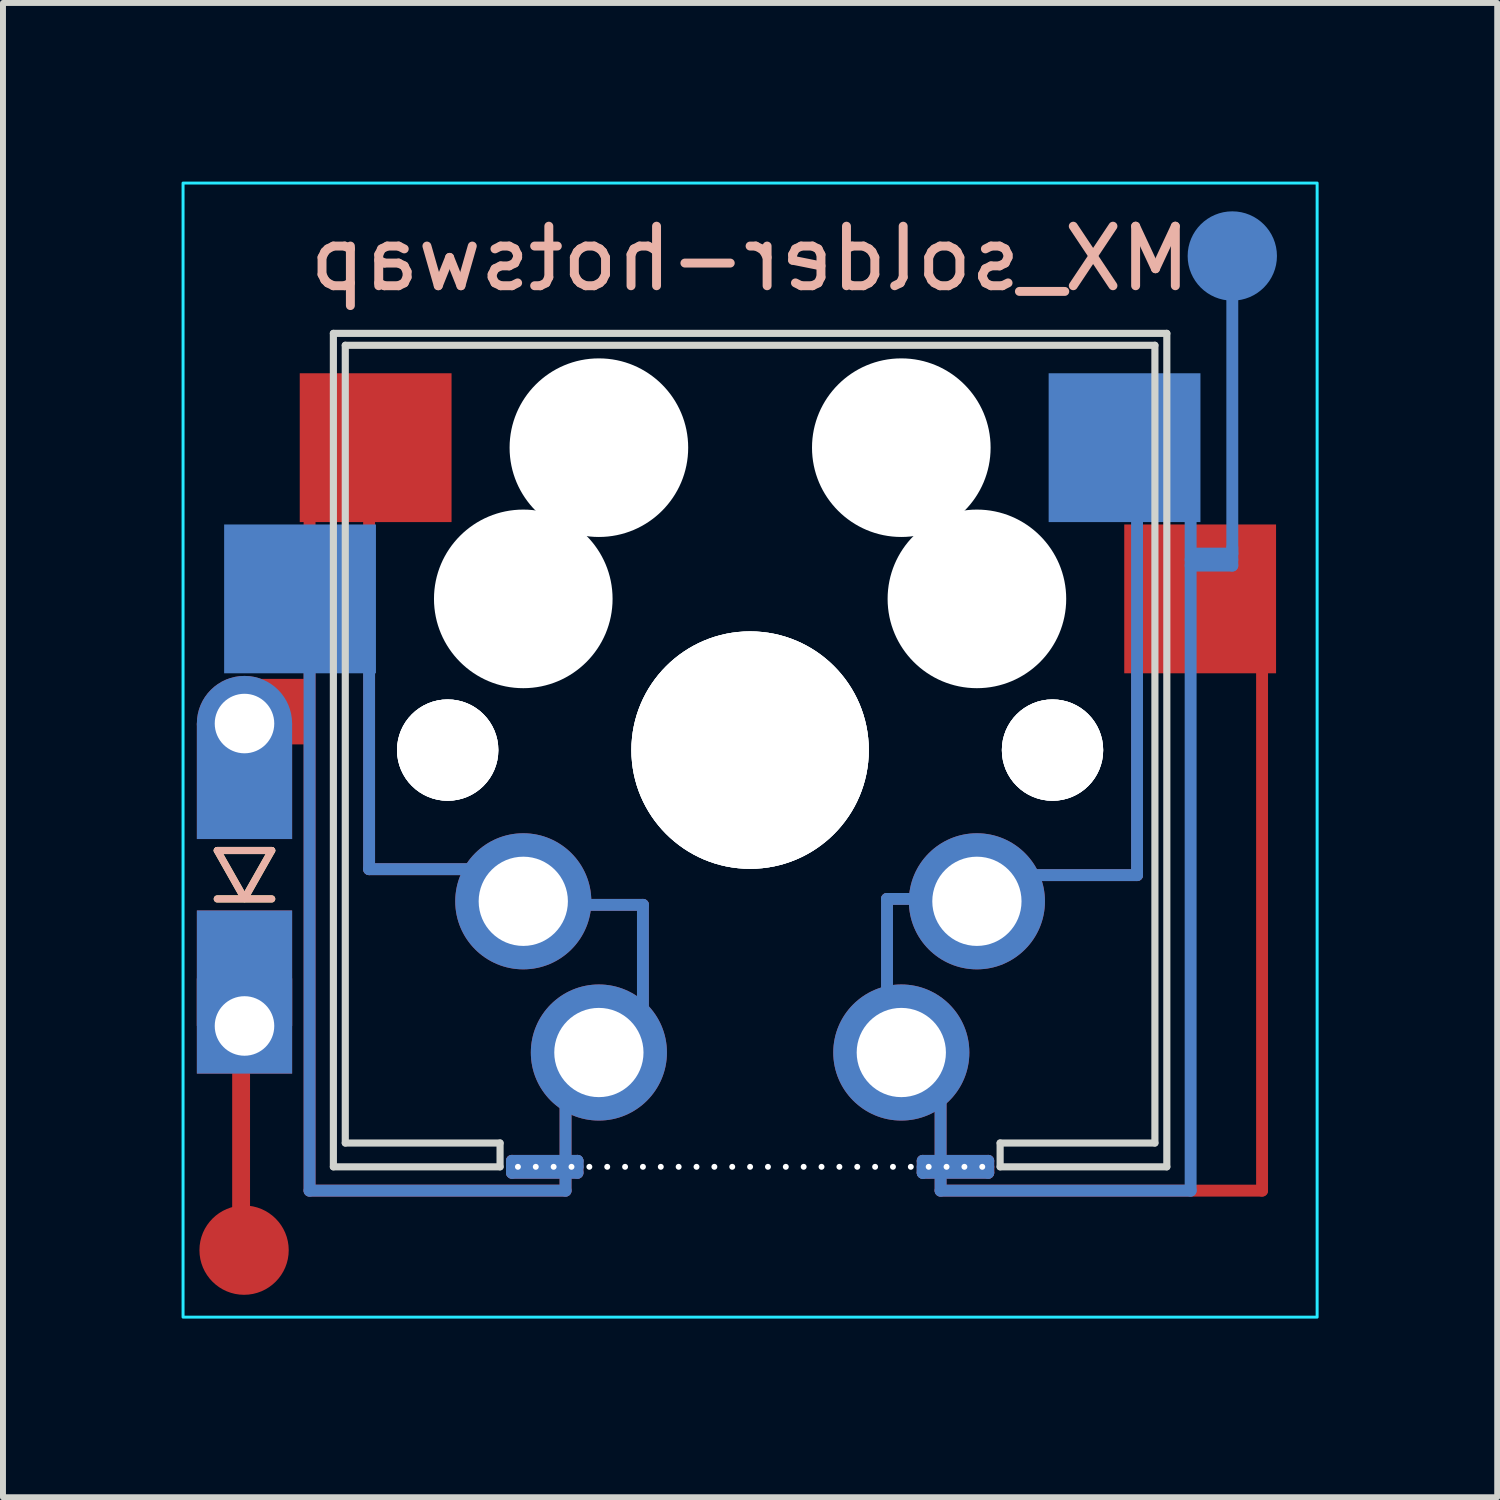
<source format=kicad_pcb>
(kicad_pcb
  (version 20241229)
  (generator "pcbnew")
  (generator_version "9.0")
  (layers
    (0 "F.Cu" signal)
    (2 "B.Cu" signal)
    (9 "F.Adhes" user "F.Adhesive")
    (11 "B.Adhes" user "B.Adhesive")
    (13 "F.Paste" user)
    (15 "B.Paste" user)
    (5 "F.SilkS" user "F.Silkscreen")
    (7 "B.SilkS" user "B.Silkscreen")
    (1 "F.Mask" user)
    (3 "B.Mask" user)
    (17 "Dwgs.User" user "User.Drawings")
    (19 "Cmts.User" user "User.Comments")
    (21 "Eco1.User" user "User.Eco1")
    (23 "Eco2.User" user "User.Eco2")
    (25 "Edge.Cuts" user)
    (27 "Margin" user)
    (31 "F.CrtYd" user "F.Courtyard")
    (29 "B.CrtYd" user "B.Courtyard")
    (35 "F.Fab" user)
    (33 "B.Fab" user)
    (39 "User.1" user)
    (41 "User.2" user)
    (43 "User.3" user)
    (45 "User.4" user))
  (footprint "MX_solder-hotswap"
    (layer "F.Cu")
    (at 9.55 9.55)
    (property "Reference" "MX_solder-hotswap" (at 0 -8.255 0) (layer "B.SilkS") (effects (font (size 1 1) (thickness 0.15)) (justify mirror)))
    (attr smd)
    (fp_line (start -8.55 5.45) (end -8.55 7.9) (stroke (width 0.3) (type solid)) (layer "F.Cu"))
    (fp_line (start -7.493 -1.046) (end -8.393 -1.046) (stroke (width 0.3) (type solid)) (layer "F.Cu"))
    (fp_line (start -7.493 -0.846) (end -7.993 -0.846) (stroke (width 0.3) (type solid)) (layer "F.Cu"))
    (fp_line (start -7.493 -0.646) (end -7.993 -0.646) (stroke (width 0.3) (type solid)) (layer "F.Cu"))
    (fp_line (start -7.493 -0.446) (end -7.993 -0.446) (stroke (width 0.3) (type solid)) (layer "F.Cu"))
    (fp_line (start -7.493 -0.246) (end -7.993 -0.246) (stroke (width 0.3) (type solid)) (layer "F.Cu"))
    (fp_line (start -7.4 7.4) (end -7.4 -4.1) (stroke (width 0.2) (type solid)) (layer "F.Cu"))
    (fp_line (start -7.4 7.4) (end -3.1 7.4) (stroke (width 0.2) (type solid)) (layer "F.Cu"))
    (fp_line (start -6.4 -4) (end -6.4 2) (stroke (width 0.2) (type solid)) (layer "F.Cu"))
    (fp_line (start -6.4 2) (end -4.6 2) (stroke (width 0.2) (type solid)) (layer "F.Cu"))
    (fp_line (start -4 6.9) (end -4 7) (stroke (width 0.2) (type solid)) (layer "F.Cu"))
    (fp_line (start -4 6.9) (end -2.9 6.9) (stroke (width 0.2) (type solid)) (layer "F.Cu"))
    (fp_line (start -4 7) (end -2.9 7) (stroke (width 0.2) (type solid)) (layer "F.Cu"))
    (fp_line (start -4 7.1) (end -4 6.9) (stroke (width 0.2) (type solid)) (layer "F.Cu"))
    (fp_line (start -3.1 7.4) (end -3.1 5.8) (stroke (width 0.2) (type solid)) (layer "F.Cu"))
    (fp_line (start -2.9 6.9) (end -2.9 7.1) (stroke (width 0.2) (type solid)) (layer "F.Cu"))
    (fp_line (start -2.9 7.1) (end -4 7.1) (stroke (width 0.2) (type solid)) (layer "F.Cu"))
    (fp_line (start -2.8 2.6) (end -1.8 2.6) (stroke (width 0.2) (type solid)) (layer "F.Cu"))
    (fp_line (start -1.8 2.6) (end -1.8 4.5) (stroke (width 0.2) (type solid)) (layer "F.Cu"))
    (fp_line (start 2.3 2.5) (end 2.9 2.5) (stroke (width 0.2) (type solid)) (layer "F.Cu"))
    (fp_line (start 2.3 4.1) (end 2.3 2.5) (stroke (width 0.2) (type solid)) (layer "F.Cu"))
    (fp_line (start 2.9 6.9) (end 4 6.9) (stroke (width 0.2) (type solid)) (layer "F.Cu"))
    (fp_line (start 2.9 7.1) (end 2.9 6.9) (stroke (width 0.2) (type solid)) (layer "F.Cu"))
    (fp_line (start 3 7) (end 4 7) (stroke (width 0.2) (type solid)) (layer "F.Cu"))
    (fp_line (start 3 7.1) (end 2.9 7.1) (stroke (width 0.2) (type solid)) (layer "F.Cu"))
    (fp_line (start 3.2 7.4) (end 3.2 5.8) (stroke (width 0.2) (type solid)) (layer "F.Cu"))
    (fp_line (start 4 6.9) (end 4 7.1) (stroke (width 0.2) (type solid)) (layer "F.Cu"))
    (fp_line (start 4 7) (end 4 7.1) (stroke (width 0.2) (type solid)) (layer "F.Cu"))
    (fp_line (start 4 7.1) (end 3 7.1) (stroke (width 0.2) (type solid)) (layer "F.Cu"))
    (fp_line (start 6.5 -1.6) (end 6.5 2.1) (stroke (width 0.2) (type solid)) (layer "F.Cu"))
    (fp_line (start 6.5 2.1) (end 4.5 2.1) (stroke (width 0.2) (type solid)) (layer "F.Cu"))
    (fp_line (start 8.6 -1.4) (end 8.6 7.4) (stroke (width 0.2) (type solid)) (layer "F.Cu"))
    (fp_line (start 8.6 7.4) (end 3.2 7.4) (stroke (width 0.2) (type solid)) (layer "F.Cu"))
    (fp_line (start -7.4 -1.6) (end -7.4 7.4) (stroke (width 0.2) (type solid)) (layer "B.Cu"))
    (fp_line (start -7.4 7.4) (end -3.1 7.4) (stroke (width 0.2) (type solid)) (layer "B.Cu"))
    (fp_line (start -6.4 -1.4) (end -6.4 2) (stroke (width 0.2) (type solid)) (layer "B.Cu"))
    (fp_line (start -6.4 2) (end -4.5 2) (stroke (width 0.2) (type solid)) (layer "B.Cu"))
    (fp_line (start -4 6.9) (end -4 7.1) (stroke (width 0.2) (type solid)) (layer "B.Cu"))
    (fp_line (start -4 7.1) (end -2.9 7.1) (stroke (width 0.2) (type solid)) (layer "B.Cu"))
    (fp_line (start -3.1 7.4) (end -3.1 5.7) (stroke (width 0.2) (type solid)) (layer "B.Cu"))
    (fp_line (start -2.9 2.6) (end -1.8 2.6) (stroke (width 0.2) (type solid)) (layer "B.Cu"))
    (fp_line (start -2.9 6.9) (end -4 6.9) (stroke (width 0.2) (type solid)) (layer "B.Cu"))
    (fp_line (start -2.9 6.9) (end -2.9 7) (stroke (width 0.2) (type solid)) (layer "B.Cu"))
    (fp_line (start -2.9 7) (end -4 7) (stroke (width 0.2) (type solid)) (layer "B.Cu"))
    (fp_line (start -2.9 7.1) (end -2.9 6.9) (stroke (width 0.2) (type solid)) (layer "B.Cu"))
    (fp_line (start -1.8 2.6) (end -1.8 4.6) (stroke (width 0.2) (type solid)) (layer "B.Cu"))
    (fp_line (start 2.3 2.5) (end 2.9 2.5) (stroke (width 0.2) (type solid)) (layer "B.Cu"))
    (fp_line (start 2.3 4.3) (end 2.3 2.5) (stroke (width 0.2) (type solid)) (layer "B.Cu"))
    (fp_line (start 2.9 6.9) (end 4 6.9) (stroke (width 0.2) (type solid)) (layer "B.Cu"))
    (fp_line (start 2.9 7) (end 4 7) (stroke (width 0.2) (type solid)) (layer "B.Cu"))
    (fp_line (start 2.9 7.1) (end 2.9 6.9) (stroke (width 0.2) (type solid)) (layer "B.Cu"))
    (fp_line (start 2.9 7.1) (end 2.9 7) (stroke (width 0.2) (type solid)) (layer "B.Cu"))
    (fp_line (start 3.2 5.9) (end 3.2 7.4) (stroke (width 0.2) (type solid)) (layer "B.Cu"))
    (fp_line (start 3.2 7.4) (end 7.4 7.4) (stroke (width 0.2) (type solid)) (layer "B.Cu"))
    (fp_line (start 4 6.9) (end 4 7.1) (stroke (width 0.2) (type solid)) (layer "B.Cu"))
    (fp_line (start 4 7.1) (end 2.9 7.1) (stroke (width 0.2) (type solid)) (layer "B.Cu"))
    (fp_line (start 4.6 2.1) (end 6.5 2.1) (stroke (width 0.2) (type solid)) (layer "B.Cu"))
    (fp_line (start 6.5 2.1) (end 6.5 -4.1) (stroke (width 0.2) (type solid)) (layer "B.Cu"))
    (fp_line (start 7.4 -3.9) (end 7.4 7.4) (stroke (width 0.2) (type solid)) (layer "B.Cu"))
    (fp_line (start 7.4 -3.2) (end 8.1 -3.2) (stroke (width 0.2) (type solid)) (layer "B.Cu"))
    (fp_line (start 7.4 -3.1) (end 8.1 -3.1) (stroke (width 0.2) (type solid)) (layer "B.Cu"))
    (fp_line (start 8.1 -7.65) (end 8.1 -3.3) (stroke (width 0.2) (type solid)) (layer "B.Cu"))
    (fp_line (start 8.1 -3.3) (end 7.5 -3.3) (stroke (width 0.2) (type solid)) (layer "B.Cu"))
    (fp_line (start 8.1 -3.1) (end 8.1 -3.4) (stroke (width 0.2) (type solid)) (layer "B.Cu"))
    (fp_line (start -8.95 1.687) (end -8.036 1.687) (stroke (width 0.12) (type solid)) (layer "F.SilkS"))
    (fp_line (start -8.95 2.5) (end -8.036 2.5) (stroke (width 0.12) (type solid)) (layer "F.SilkS"))
    (fp_line (start -8.493 2.494) (end -8.95 1.687) (stroke (width 0.12) (type solid)) (layer "F.SilkS"))
    (fp_line (start -8.036 1.687) (end -8.493 2.494) (stroke (width 0.12) (type solid)) (layer "F.SilkS"))
    (fp_line (start -8.95 1.687) (end -8.036 1.687) (stroke (width 0.12) (type solid)) (layer "B.SilkS"))
    (fp_line (start -8.95 2.5) (end -8.036 2.5) (stroke (width 0.12) (type solid)) (layer "B.SilkS"))
    (fp_line (start -8.493 2.494) (end -8.95 1.687) (stroke (width 0.12) (type solid)) (layer "B.SilkS"))
    (fp_line (start -8.036 1.687) (end -8.493 2.494) (stroke (width 0.12) (type solid)) (layer "B.SilkS"))
    (fp_line (start -7 7) (end -7 -7) (stroke (width 0.12) (type solid)) (layer "Edge.Cuts"))
    (fp_line (start -7 7) (end -4.2 7) (stroke (width 0.12) (type solid)) (layer "Edge.Cuts"))
    (fp_line (start -6.8 -6.8) (end 6.8 -6.8) (stroke (width 0.12) (type solid)) (layer "Edge.Cuts"))
    (fp_line (start -6.8 6.6) (end -6.8 -6.8) (stroke (width 0.12) (type solid)) (layer "Edge.Cuts"))
    (fp_line (start -6.8 6.6) (end -4.2 6.6) (stroke (width 0.12) (type solid)) (layer "Edge.Cuts"))
    (fp_line (start -4.2 6.6) (end -4.2 7) (stroke (width 0.12) (type solid)) (layer "Edge.Cuts"))
    (fp_line (start 4.2 6.6) (end 4.2 7) (stroke (width 0.12) (type solid)) (layer "Edge.Cuts"))
    (fp_line (start 4.2 6.6) (end 6.8 6.6) (stroke (width 0.12) (type solid)) (layer "Edge.Cuts"))
    (fp_line (start 4.2 7) (end 7 7) (stroke (width 0.12) (type solid)) (layer "Edge.Cuts"))
    (fp_line (start 6.8 -6.8) (end 6.8 6.6) (stroke (width 0.12) (type solid)) (layer "Edge.Cuts"))
    (fp_line (start 7 -7) (end -7 -7) (stroke (width 0.12) (type solid)) (layer "Edge.Cuts"))
    (fp_line (start 7 7) (end 7 -7) (stroke (width 0.12) (type solid)) (layer "Edge.Cuts"))
    (fp_rect (start -9.525 9.525) (end 9.525 -9.525) (stroke (width 0.05) (type solid)) (fill no) (layer "B.CrtYd"))
    (pad "" thru_hole circle (at -8.493 -0.446 270) (size 1.6 1.6) (drill 1) (layers "*.Cu" "*.Mask"))
    (pad "" smd rect (at -8.493 0.524 270) (size 1.94 1.6) (layers "F.Cu" "F.Mask" "F.Paste"))
    (pad "" smd rect (at -8.493 0.524 270) (size 1.94 1.6) (layers "B.Cu" "B.Mask" "B.Paste"))
    (pad "" smd rect (at -8.493 3.664 270) (size 1.94 1.6) (layers "F.Cu" "F.Mask" "F.Paste"))
    (pad "" smd rect (at -8.493 3.664 270) (size 1.94 1.6) (layers "B.Cu" "B.Mask" "B.Paste"))
    (pad "" thru_hole rect (at -8.493 4.634 270) (size 1.6 1.6) (drill 1) (layers "*.Cu" "*.Mask"))
    (pad "" smd rect (at -7.56 -2.54) (size 2.55 2.5) (layers "B.Cu" "B.Mask" "B.Paste"))
    (pad "" smd rect (at -6.29 -5.08) (size 2.55 2.5) (layers "F.Cu" "F.Mask" "F.Paste"))
    (pad "" np_thru_hole circle (at -5.08 0) (size 1.702 1.702) (drill 1.702) (layers "*.Cu" "*.Mask"))
    (pad "" np_thru_hole circle (at -5.08 0) (size 1.702 1.702) (drill 1.702) (layers "*.Cu" "*.Mask"))
    (pad "" np_thru_hole circle (at -5.08 0 180) (size 1.702 1.702) (drill 1.702) (layers "*.Cu" "*.Mask"))
    (pad "" np_thru_hole circle (at -3.9 7) (size 0.1 0.1) (drill 0.2) (layers "*.Cu" "*.Mask"))
    (pad "" np_thru_hole circle (at -3.81 -2.54) (size 3 3) (drill 3) (layers "*.Cu" "*.Mask"))
    (pad "" thru_hole circle (at -3.81 2.54 180) (size 2.286 2.286) (drill 1.499) (layers "*.Cu" "*.Mask"))
    (pad "" np_thru_hole circle (at -3.6 7) (size 0.1 0.1) (drill 0.2) (layers "*.Cu" "*.Mask"))
    (pad "" np_thru_hole circle (at -3.3 7) (size 0.1 0.1) (drill 0.2) (layers "*.Cu" "*.Mask"))
    (pad "" np_thru_hole circle (at -3 7) (size 0.1 0.1) (drill 0.2) (layers "*.Cu" "*.Mask"))
    (pad "" np_thru_hole circle (at -2.7 7) (size 0.1 0.1) (drill 0.2) (layers "*.Cu" "*.Mask"))
    (pad "" np_thru_hole circle (at -2.54 -5.08) (size 3 3) (drill 3) (layers "*.Cu" "*.Mask"))
    (pad "" thru_hole circle (at -2.54 5.08 180) (size 2.286 2.286) (drill 1.499) (layers "*.Cu" "*.Mask"))
    (pad "" np_thru_hole circle (at -2.4 7) (size 0.1 0.1) (drill 0.2) (layers "*.Cu" "*.Mask"))
    (pad "" np_thru_hole circle (at -2.1 7) (size 0.1 0.1) (drill 0.2) (layers "*.Cu" "*.Mask"))
    (pad "" np_thru_hole circle (at -1.8 7) (size 0.1 0.1) (drill 0.2) (layers "*.Cu" "*.Mask"))
    (pad "" np_thru_hole circle (at -1.5 7) (size 0.1 0.1) (drill 0.2) (layers "*.Cu" "*.Mask"))
    (pad "" np_thru_hole circle (at -1.2 7) (size 0.1 0.1) (drill 0.2) (layers "*.Cu" "*.Mask"))
    (pad "" np_thru_hole circle (at -0.9 7) (size 0.1 0.1) (drill 0.2) (layers "*.Cu" "*.Mask"))
    (pad "" np_thru_hole circle (at -0.6 7) (size 0.1 0.1) (drill 0.2) (layers "*.Cu" "*.Mask"))
    (pad "" np_thru_hole circle (at -0.3 7) (size 0.1 0.1) (drill 0.2) (layers "*.Cu" "*.Mask"))
    (pad "" np_thru_hole circle (at 0 0) (size 3.988 3.988) (drill 3.988) (layers "*.Cu" "*.Mask"))
    (pad "" np_thru_hole circle (at 0 0 180) (size 3.988 3.988) (drill 3.988) (layers "*.Cu" "*.Mask"))
    (pad "" np_thru_hole circle (at 0 0) (size 3.988 3.988) (drill 3.988) (layers "*.Cu" "*.Mask"))
    (pad "" np_thru_hole circle (at 0 7) (size 0.1 0.1) (drill 0.2) (layers "*.Cu" "*.Mask"))
    (pad "" np_thru_hole circle (at 0.3 7) (size 0.1 0.1) (drill 0.2) (layers "*.Cu" "*.Mask"))
    (pad "" np_thru_hole circle (at 0.6 7) (size 0.1 0.1) (drill 0.2) (layers "*.Cu" "*.Mask"))
    (pad "" np_thru_hole circle (at 0.9 7) (size 0.1 0.1) (drill 0.2) (layers "*.Cu" "*.Mask"))
    (pad "" np_thru_hole circle (at 1.2 7) (size 0.1 0.1) (drill 0.2) (layers "*.Cu" "*.Mask"))
    (pad "" np_thru_hole circle (at 1.5 7) (size 0.1 0.1) (drill 0.2) (layers "*.Cu" "*.Mask"))
    (pad "" np_thru_hole circle (at 1.8 7) (size 0.1 0.1) (drill 0.2) (layers "*.Cu" "*.Mask"))
    (pad "" np_thru_hole circle (at 2.1 7) (size 0.1 0.1) (drill 0.2) (layers "*.Cu" "*.Mask"))
    (pad "" np_thru_hole circle (at 2.4 7) (size 0.1 0.1) (drill 0.2) (layers "*.Cu" "*.Mask"))
    (pad "" np_thru_hole circle (at 2.54 -5.08) (size 3 3) (drill 3) (layers "*.Cu" "*.Mask"))
    (pad "" thru_hole circle (at 2.54 5.08 180) (size 2.286 2.286) (drill 1.499) (layers "*.Cu" "*.Mask"))
    (pad "" np_thru_hole circle (at 2.7 7) (size 0.1 0.1) (drill 0.2) (layers "*.Cu" "*.Mask"))
    (pad "" np_thru_hole circle (at 3 7) (size 0.1 0.1) (drill 0.2) (layers "*.Cu" "*.Mask"))
    (pad "" np_thru_hole circle (at 3.3 7) (size 0.1 0.1) (drill 0.2) (layers "*.Cu" "*.Mask"))
    (pad "" np_thru_hole circle (at 3.6 7) (size 0.1 0.1) (drill 0.2) (layers "*.Cu" "*.Mask"))
    (pad "" np_thru_hole circle (at 3.81 -2.54) (size 3 3) (drill 3) (layers "*.Cu" "*.Mask"))
    (pad "" thru_hole circle (at 3.81 2.54 180) (size 2.286 2.286) (drill 1.499) (layers "*.Cu" "*.Mask"))
    (pad "" np_thru_hole circle (at 3.9 7) (size 0.1 0.1) (drill 0.2) (layers "*.Cu" "*.Mask"))
    (pad "" np_thru_hole circle (at 5.08 0) (size 1.702 1.702) (drill 1.702) (layers "*.Cu" "*.Mask"))
    (pad "" np_thru_hole circle (at 5.08 0) (size 1.702 1.702) (drill 1.702) (layers "*.Cu" "*.Mask"))
    (pad "" np_thru_hole circle (at 5.08 0 180) (size 1.702 1.702) (drill 1.702) (layers "*.Cu" "*.Mask"))
    (pad "" smd rect (at 6.29 -5.08) (size 2.55 2.5) (layers "B.Cu" "B.Mask" "B.Paste"))
    (pad "" smd rect (at 7.56 -2.54) (size 2.55 2.5) (layers "F.Cu" "F.Mask" "F.Paste"))
    (pad "1" smd circle (at -8.5 8.4) (size 1.5 1.5) (layers "F.Cu"))
    (pad "2" smd circle (at 8.1 -8.3 180) (size 1.5 1.5) (layers "B.Cu")))
  (gr_rect
    (start -3 -3)
    (end 22.1 22.1)
    (stroke (width 0.1) (type default))
    (fill no)
    (layer "Edge.Cuts")))
</source>
